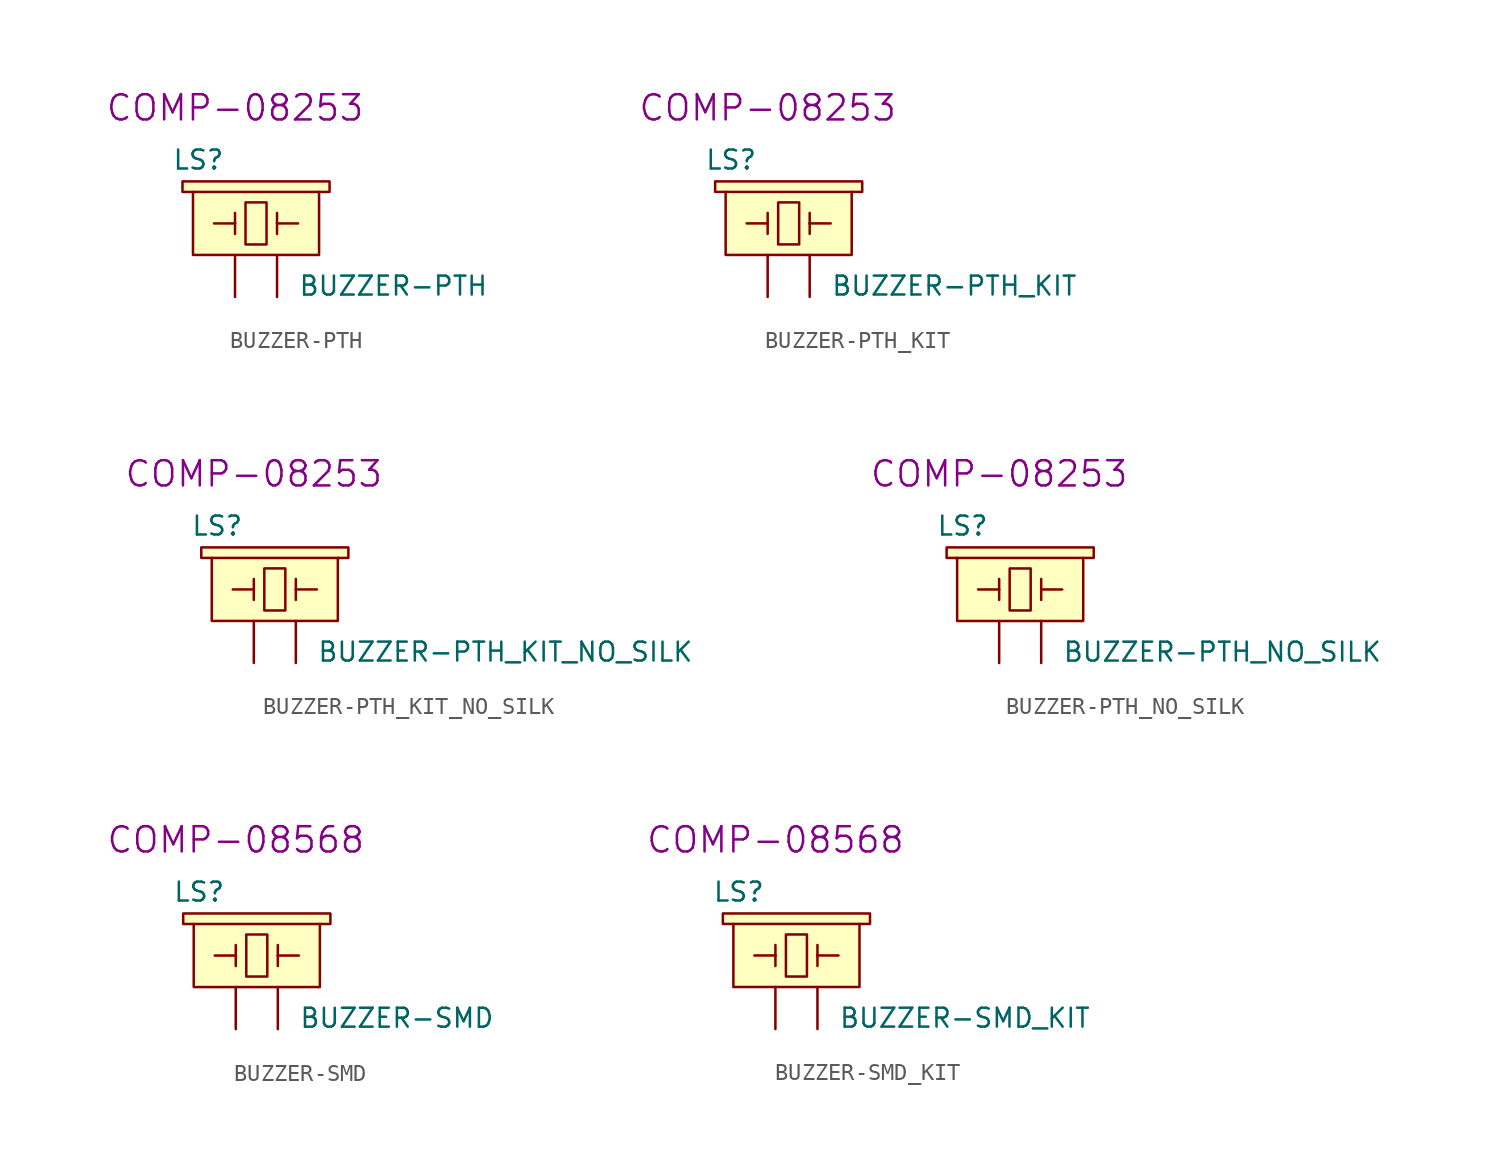
<source format=kicad_sym>
(kicad_symbol_lib
  (version 20201005)
  (generator kicad_symbol_editor)
  (symbol "BUZZER-PTH"
    (pin_numbers hide)
    (pin_names
      (offset 1.016) hide)
    (property "Reference" "LS"
      (at -3.81 5.08 0)
      (effects (font (size 1.143 1.143)) (justify left bottom)))
    (property "Value" "BUZZER-PTH"
      (at 3.81 -2.54 0)
      (effects (font (size 1.143 1.143)) (justify left bottom)))
    (property "Field4" "COMP-08253"
      (at 0 8.89 0)
      (effects (font (size 1.524 1.524))))
    (property "ki_locked" ""
      (at 0 0 0)
      (effects (font (size 1.27 1.27))))
    (symbol "BUZZER-PTH_1_0"
      (polyline (pts (xy -2.54 3.81) (xy 5.08 3.81)) (stroke (width 0)) (fill (type none)))
      (polyline (pts (xy -1.27 1.905) (xy 0 1.905)) (stroke (width 0)) (fill (type none)))
      (polyline (pts (xy 0 1.905) (xy 0 1.27)) (stroke (width 0)) (fill (type none)))
      (polyline (pts (xy 0 1.905) (xy 0 2.54)) (stroke (width 0)) (fill (type none)))
      (polyline (pts (xy 2.54 1.905) (xy 2.54 1.27)) (stroke (width 0)) (fill (type none)))
      (polyline (pts (xy 2.54 1.905) (xy 3.81 1.905)) (stroke (width 0)) (fill (type none)))
      (polyline (pts (xy 2.54 2.54) (xy 2.54 1.905)) (stroke (width 0)) (fill (type none))))
    (symbol "BUZZER-PTH_1_1"
      (polyline (pts (xy 0.635 3.175) (xy 0.635 0.635) (xy 1.905 0.635) (xy 1.905 3.175) (xy 0.635 3.175)) (stroke (width 0)) (fill (type background)))
      (polyline (pts (xy 5.08 0) (xy 5.08 3.81) (xy 5.715 3.81) (xy 5.715 4.445) (xy -3.175 4.445) (xy -3.175 3.81) (xy -2.54 3.81) (xy -2.54 0) (xy 5.08 0)) (stroke (width 0)) (fill (type background)))
      (pin passive line (at 0 -2.54 90) (length 2.54) (name "1" (effects (font (size 1.016 1.016)))) (number "+" (effects (font (size 1.016 1.016)))))
      (pin passive line (at 2.54 -2.54 90) (length 2.54) (name "2" (effects (font (size 1.016 1.016)))) (number "-" (effects (font (size 1.016 1.016)))))))
  (symbol "BUZZER-PTH_KIT"
    (pin_numbers hide)
    (pin_names
      (offset 1.016) hide)
    (property "Reference" "LS"
      (at -3.81 5.08 0)
      (effects (font (size 1.143 1.143)) (justify left bottom)))
    (property "Value" "BUZZER-PTH_KIT"
      (at 3.81 -2.54 0)
      (effects (font (size 1.143 1.143)) (justify left bottom)))
    (property "Field4" "COMP-08253"
      (at 0 8.89 0)
      (effects (font (size 1.524 1.524))))
    (property "ki_locked" ""
      (at 0 0 0)
      (effects (font (size 1.27 1.27))))
    (symbol "BUZZER-PTH_KIT_1_0"
      (polyline (pts (xy -2.54 3.81) (xy 5.08 3.81)) (stroke (width 0)) (fill (type none)))
      (polyline (pts (xy -1.27 1.905) (xy 0 1.905)) (stroke (width 0)) (fill (type none)))
      (polyline (pts (xy 0 1.905) (xy 0 1.27)) (stroke (width 0)) (fill (type none)))
      (polyline (pts (xy 0 1.905) (xy 0 2.54)) (stroke (width 0)) (fill (type none)))
      (polyline (pts (xy 2.54 1.905) (xy 2.54 1.27)) (stroke (width 0)) (fill (type none)))
      (polyline (pts (xy 2.54 1.905) (xy 3.81 1.905)) (stroke (width 0)) (fill (type none)))
      (polyline (pts (xy 2.54 2.54) (xy 2.54 1.905)) (stroke (width 0)) (fill (type none))))
    (symbol "BUZZER-PTH_KIT_1_1"
      (polyline (pts (xy 0.635 3.175) (xy 0.635 0.635) (xy 1.905 0.635) (xy 1.905 3.175) (xy 0.635 3.175)) (stroke (width 0)) (fill (type background)))
      (polyline (pts (xy 5.08 0) (xy 5.08 3.81) (xy 5.715 3.81) (xy 5.715 4.445) (xy -3.175 4.445) (xy -3.175 3.81) (xy -2.54 3.81) (xy -2.54 0) (xy 5.08 0)) (stroke (width 0)) (fill (type background)))
      (pin passive line (at 0 -2.54 90) (length 2.54) (name "1" (effects (font (size 1.016 1.016)))) (number "+" (effects (font (size 1.016 1.016)))))
      (pin passive line (at 2.54 -2.54 90) (length 2.54) (name "2" (effects (font (size 1.016 1.016)))) (number "-" (effects (font (size 1.016 1.016)))))))
  (symbol "BUZZER-PTH_KIT_NO_SILK"
    (pin_numbers hide)
    (pin_names
      (offset 1.016) hide)
    (property "Reference" "LS"
      (at -3.81 5.08 0)
      (effects (font (size 1.143 1.143)) (justify left bottom)))
    (property "Value" "BUZZER-PTH_KIT_NO_SILK"
      (at 3.81 -2.54 0)
      (effects (font (size 1.143 1.143)) (justify left bottom)))
    (property "Field4" "COMP-08253"
      (at 0 8.89 0)
      (effects (font (size 1.524 1.524))))
    (property "ki_locked" ""
      (at 0 0 0)
      (effects (font (size 1.27 1.27))))
    (symbol "BUZZER-PTH_KIT_NO_SILK_1_0"
      (polyline (pts (xy -2.54 3.81) (xy 5.08 3.81)) (stroke (width 0)) (fill (type none)))
      (polyline (pts (xy -1.27 1.905) (xy 0 1.905)) (stroke (width 0)) (fill (type none)))
      (polyline (pts (xy 0 1.905) (xy 0 1.27)) (stroke (width 0)) (fill (type none)))
      (polyline (pts (xy 0 1.905) (xy 0 2.54)) (stroke (width 0)) (fill (type none)))
      (polyline (pts (xy 2.54 1.905) (xy 2.54 1.27)) (stroke (width 0)) (fill (type none)))
      (polyline (pts (xy 2.54 1.905) (xy 3.81 1.905)) (stroke (width 0)) (fill (type none)))
      (polyline (pts (xy 2.54 2.54) (xy 2.54 1.905)) (stroke (width 0)) (fill (type none))))
    (symbol "BUZZER-PTH_KIT_NO_SILK_1_1"
      (polyline (pts (xy 0.635 3.175) (xy 0.635 0.635) (xy 1.905 0.635) (xy 1.905 3.175) (xy 0.635 3.175)) (stroke (width 0)) (fill (type background)))
      (polyline (pts (xy 5.08 0) (xy 5.08 3.81) (xy 5.715 3.81) (xy 5.715 4.445) (xy -3.175 4.445) (xy -3.175 3.81) (xy -2.54 3.81) (xy -2.54 0) (xy 5.08 0)) (stroke (width 0)) (fill (type background)))
      (pin passive line (at 0 -2.54 90) (length 2.54) (name "1" (effects (font (size 1.016 1.016)))) (number "+" (effects (font (size 1.016 1.016)))))
      (pin passive line (at 2.54 -2.54 90) (length 2.54) (name "2" (effects (font (size 1.016 1.016)))) (number "-" (effects (font (size 1.016 1.016)))))))
  (symbol "BUZZER-PTH_NO_SILK"
    (pin_numbers hide)
    (pin_names
      (offset 1.016) hide)
    (property "Reference" "LS"
      (at -3.81 5.08 0)
      (effects (font (size 1.143 1.143)) (justify left bottom)))
    (property "Value" "BUZZER-PTH_NO_SILK"
      (at 3.81 -2.54 0)
      (effects (font (size 1.143 1.143)) (justify left bottom)))
    (property "Field4" "COMP-08253"
      (at 0 8.89 0)
      (effects (font (size 1.524 1.524))))
    (property "ki_locked" ""
      (at 0 0 0)
      (effects (font (size 1.27 1.27))))
    (symbol "BUZZER-PTH_NO_SILK_1_0"
      (polyline (pts (xy -2.54 3.81) (xy 5.08 3.81)) (stroke (width 0)) (fill (type none)))
      (polyline (pts (xy -1.27 1.905) (xy 0 1.905)) (stroke (width 0)) (fill (type none)))
      (polyline (pts (xy 0 1.905) (xy 0 1.27)) (stroke (width 0)) (fill (type none)))
      (polyline (pts (xy 0 1.905) (xy 0 2.54)) (stroke (width 0)) (fill (type none)))
      (polyline (pts (xy 2.54 1.905) (xy 2.54 1.27)) (stroke (width 0)) (fill (type none)))
      (polyline (pts (xy 2.54 1.905) (xy 3.81 1.905)) (stroke (width 0)) (fill (type none)))
      (polyline (pts (xy 2.54 2.54) (xy 2.54 1.905)) (stroke (width 0)) (fill (type none))))
    (symbol "BUZZER-PTH_NO_SILK_1_1"
      (polyline (pts (xy 0.635 3.175) (xy 0.635 0.635) (xy 1.905 0.635) (xy 1.905 3.175) (xy 0.635 3.175)) (stroke (width 0)) (fill (type background)))
      (polyline (pts (xy 5.08 0) (xy 5.08 3.81) (xy 5.715 3.81) (xy 5.715 4.445) (xy -3.175 4.445) (xy -3.175 3.81) (xy -2.54 3.81) (xy -2.54 0) (xy 5.08 0)) (stroke (width 0)) (fill (type background)))
      (pin passive line (at 0 -2.54 90) (length 2.54) (name "1" (effects (font (size 1.016 1.016)))) (number "+" (effects (font (size 1.016 1.016)))))
      (pin passive line (at 2.54 -2.54 90) (length 2.54) (name "2" (effects (font (size 1.016 1.016)))) (number "-" (effects (font (size 1.016 1.016)))))))
  (symbol "BUZZER-SMD"
    (pin_numbers hide)
    (pin_names
      (offset 1.016) hide)
    (property "Reference" "LS"
      (at -3.81 5.08 0)
      (effects (font (size 1.143 1.143)) (justify left bottom)))
    (property "Value" "BUZZER-SMD"
      (at 3.81 -2.54 0)
      (effects (font (size 1.143 1.143)) (justify left bottom)))
    (property "Field4" "COMP-08568"
      (at 0 8.89 0)
      (effects (font (size 1.524 1.524))))
    (property "ki_locked" ""
      (at 0 0 0)
      (effects (font (size 1.27 1.27))))
    (symbol "BUZZER-SMD_1_0"
      (polyline (pts (xy -2.54 3.81) (xy 5.08 3.81)) (stroke (width 0)) (fill (type none)))
      (polyline (pts (xy -1.27 1.905) (xy 0 1.905)) (stroke (width 0)) (fill (type none)))
      (polyline (pts (xy 0 1.905) (xy 0 1.27)) (stroke (width 0)) (fill (type none)))
      (polyline (pts (xy 0 1.905) (xy 0 2.54)) (stroke (width 0)) (fill (type none)))
      (polyline (pts (xy 2.54 1.905) (xy 2.54 1.27)) (stroke (width 0)) (fill (type none)))
      (polyline (pts (xy 2.54 1.905) (xy 3.81 1.905)) (stroke (width 0)) (fill (type none)))
      (polyline (pts (xy 2.54 2.54) (xy 2.54 1.905)) (stroke (width 0)) (fill (type none))))
    (symbol "BUZZER-SMD_1_1"
      (polyline (pts (xy 0.635 3.175) (xy 0.635 0.635) (xy 1.905 0.635) (xy 1.905 3.175) (xy 0.635 3.175)) (stroke (width 0)) (fill (type background)))
      (polyline (pts (xy 5.08 0) (xy 5.08 3.81) (xy 5.715 3.81) (xy 5.715 4.445) (xy -3.175 4.445) (xy -3.175 3.81) (xy -2.54 3.81) (xy -2.54 0) (xy 5.08 0)) (stroke (width 0)) (fill (type background)))
      (pin passive line (at 0 -2.54 90) (length 2.54) (name "1" (effects (font (size 1.016 1.016)))) (number "+" (effects (font (size 1.016 1.016)))))
      (pin passive line (at 2.54 -2.54 90) (length 2.54) (name "2" (effects (font (size 1.016 1.016)))) (number "-" (effects (font (size 1.016 1.016)))))))
  (symbol "BUZZER-SMD_KIT"
    (pin_numbers hide)
    (pin_names
      (offset 1.016) hide)
    (property "Reference" "LS"
      (at -3.81 5.08 0)
      (effects (font (size 1.143 1.143)) (justify left bottom)))
    (property "Value" "BUZZER-SMD_KIT"
      (at 3.81 -2.54 0)
      (effects (font (size 1.143 1.143)) (justify left bottom)))
    (property "Field4" "COMP-08568"
      (at 0 8.89 0)
      (effects (font (size 1.524 1.524))))
    (property "ki_locked" ""
      (at 0 0 0)
      (effects (font (size 1.27 1.27))))
    (symbol "BUZZER-SMD_KIT_1_0"
      (polyline (pts (xy -2.54 3.81) (xy 5.08 3.81)) (stroke (width 0)) (fill (type none)))
      (polyline (pts (xy -1.27 1.905) (xy 0 1.905)) (stroke (width 0)) (fill (type none)))
      (polyline (pts (xy 0 1.905) (xy 0 1.27)) (stroke (width 0)) (fill (type none)))
      (polyline (pts (xy 0 1.905) (xy 0 2.54)) (stroke (width 0)) (fill (type none)))
      (polyline (pts (xy 2.54 1.905) (xy 2.54 1.27)) (stroke (width 0)) (fill (type none)))
      (polyline (pts (xy 2.54 1.905) (xy 3.81 1.905)) (stroke (width 0)) (fill (type none)))
      (polyline (pts (xy 2.54 2.54) (xy 2.54 1.905)) (stroke (width 0)) (fill (type none))))
    (symbol "BUZZER-SMD_KIT_1_1"
      (polyline (pts (xy 0.635 3.175) (xy 0.635 0.635) (xy 1.905 0.635) (xy 1.905 3.175) (xy 0.635 3.175)) (stroke (width 0)) (fill (type background)))
      (polyline (pts (xy 5.08 0) (xy 5.08 3.81) (xy 5.715 3.81) (xy 5.715 4.445) (xy -3.175 4.445) (xy -3.175 3.81) (xy -2.54 3.81) (xy -2.54 0) (xy 5.08 0)) (stroke (width 0)) (fill (type background)))
      (pin passive line (at 0 -2.54 90) (length 2.54) (name "1" (effects (font (size 1.016 1.016)))) (number "+" (effects (font (size 1.016 1.016)))))
      (pin passive line (at 2.54 -2.54 90) (length 2.54) (name "2" (effects (font (size 1.016 1.016)))) (number "-" (effects (font (size 1.016 1.016))))))))
</source>
